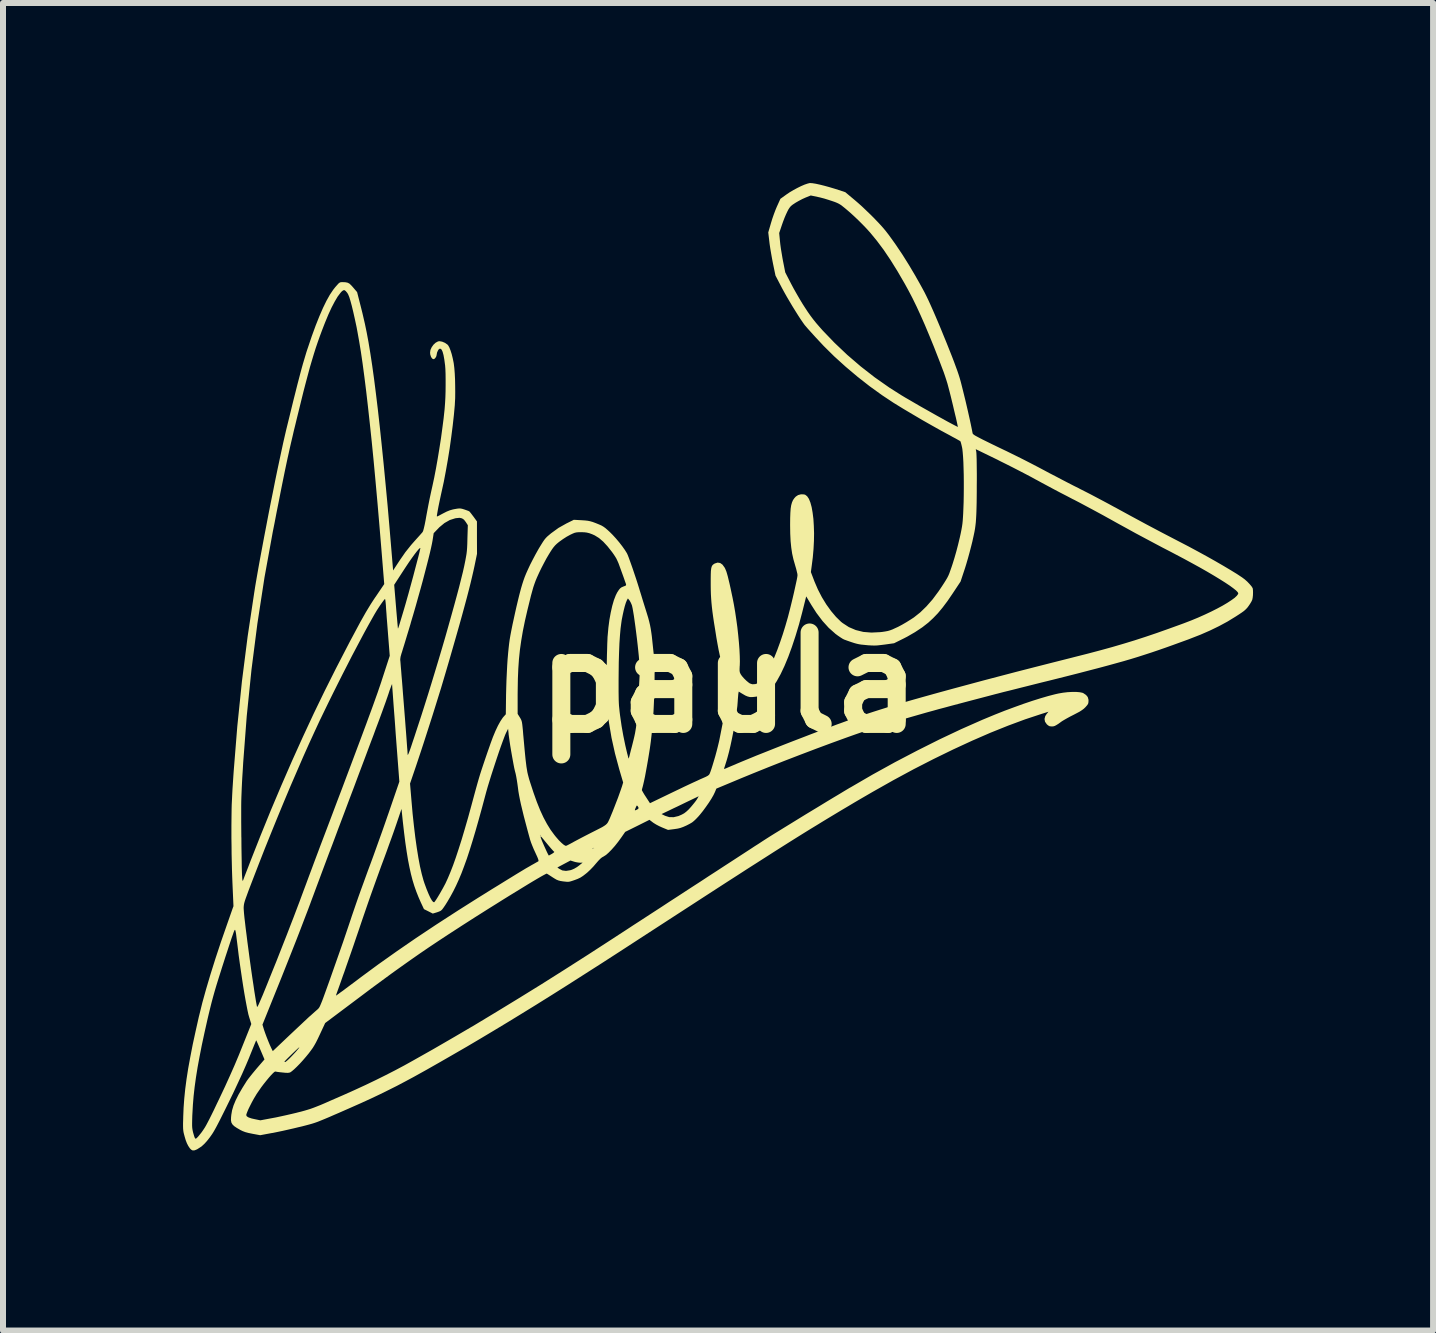
<source format=kicad_pcb>
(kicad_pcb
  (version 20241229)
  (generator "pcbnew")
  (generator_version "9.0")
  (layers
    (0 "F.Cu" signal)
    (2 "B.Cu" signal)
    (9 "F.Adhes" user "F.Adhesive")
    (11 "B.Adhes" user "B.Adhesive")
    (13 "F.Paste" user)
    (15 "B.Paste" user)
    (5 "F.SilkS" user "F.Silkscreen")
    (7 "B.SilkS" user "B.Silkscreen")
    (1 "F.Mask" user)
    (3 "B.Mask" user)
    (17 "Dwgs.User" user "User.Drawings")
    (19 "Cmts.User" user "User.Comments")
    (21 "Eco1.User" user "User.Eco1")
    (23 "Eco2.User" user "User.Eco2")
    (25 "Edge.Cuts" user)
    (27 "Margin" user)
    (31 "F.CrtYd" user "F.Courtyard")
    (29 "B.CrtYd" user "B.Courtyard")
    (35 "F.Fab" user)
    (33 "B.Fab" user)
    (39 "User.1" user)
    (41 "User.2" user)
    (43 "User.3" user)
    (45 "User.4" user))
  (footprint "paula"
    (layer "F.Cu")
    (at 9.097 8.323)
    (property "Reference" "paula" (at 0 0 0) (layer "F.SilkS") (effects (font (size 1.524 1.524) (thickness 0.3))))
    (attr board_only exclude_from_pos_files exclude_from_bom)
    (fp_poly (pts (xy 1.392 -8.32) (xy 1.448 -8.311) (xy 1.516 -8.296) (xy 1.592 -8.277) (xy 1.672 -8.255) (xy 1.752 -8.231) (xy 1.772 -8.225) (xy 1.937 -8.171) (xy 2.095 -8.039) (xy 2.152 -7.99) (xy 2.219 -7.93) (xy 2.289 -7.863) (xy 2.359 -7.796) (xy 2.423 -7.732) (xy 2.43 -7.724) (xy 2.488 -7.664) (xy 2.537 -7.611) (xy 2.579 -7.563) (xy 2.619 -7.514) (xy 2.66 -7.461) (xy 2.705 -7.399) (xy 2.758 -7.325) (xy 2.779 -7.295) (xy 2.888 -7.133) (xy 2.999 -6.956) (xy 3.108 -6.772) (xy 3.121 -6.748) (xy 3.173 -6.657) (xy 3.217 -6.577) (xy 3.256 -6.505) (xy 3.291 -6.435) (xy 3.326 -6.362) (xy 3.362 -6.283) (xy 3.402 -6.193) (xy 3.441 -6.103) (xy 3.484 -6.002) (xy 3.531 -5.89) (xy 3.579 -5.772) (xy 3.627 -5.655) (xy 3.671 -5.544) (xy 3.71 -5.446) (xy 3.714 -5.436) (xy 3.75 -5.342) (xy 3.779 -5.263) (xy 3.804 -5.195) (xy 3.825 -5.133) (xy 3.844 -5.073) (xy 3.862 -5.009) (xy 3.88 -4.938) (xy 3.901 -4.854) (xy 3.918 -4.785) (xy 3.94 -4.696) (xy 3.961 -4.606) (xy 3.981 -4.519) (xy 3.999 -4.439) (xy 4.014 -4.372) (xy 4.025 -4.32) (xy 4.027 -4.312) (xy 4.038 -4.258) (xy 4.048 -4.209) (xy 4.055 -4.172) (xy 4.06 -4.15) (xy 4.061 -4.148) (xy 4.066 -4.141) (xy 4.078 -4.131) (xy 4.098 -4.117) (xy 4.129 -4.1) (xy 4.17 -4.078) (xy 4.224 -4.05) (xy 4.291 -4.017) (xy 4.374 -3.976) (xy 4.473 -3.928) (xy 4.59 -3.872) (xy 4.624 -3.856) (xy 4.713 -3.812) (xy 4.815 -3.762) (xy 4.924 -3.707) (xy 5.035 -3.65) (xy 5.141 -3.595) (xy 5.237 -3.544) (xy 5.243 -3.541) (xy 5.336 -3.491) (xy 5.439 -3.438) (xy 5.545 -3.382) (xy 5.649 -3.328) (xy 5.746 -3.278) (xy 5.831 -3.236) (xy 5.839 -3.231) (xy 5.922 -3.189) (xy 6.018 -3.14) (xy 6.122 -3.085) (xy 6.228 -3.029) (xy 6.331 -2.974) (xy 6.424 -2.923) (xy 6.431 -2.92) (xy 6.691 -2.778) (xy 6.952 -2.637) (xy 7.207 -2.502) (xy 7.451 -2.375) (xy 7.501 -2.349) (xy 7.657 -2.268) (xy 7.811 -2.185) (xy 7.961 -2.103) (xy 8.103 -2.023) (xy 8.236 -1.946) (xy 8.357 -1.874) (xy 8.463 -1.809) (xy 8.549 -1.752) (xy 8.592 -1.72) (xy 8.635 -1.682) (xy 8.673 -1.642) (xy 8.705 -1.605) (xy 8.724 -1.575) (xy 8.727 -1.565) (xy 8.73 -1.54) (xy 8.731 -1.502) (xy 8.73 -1.458) (xy 8.73 -1.457) (xy 8.725 -1.412) (xy 8.718 -1.379) (xy 8.703 -1.347) (xy 8.68 -1.309) (xy 8.656 -1.274) (xy 8.634 -1.245) (xy 8.609 -1.219) (xy 8.58 -1.193) (xy 8.541 -1.165) (xy 8.49 -1.131) (xy 8.442 -1.1) (xy 8.305 -1.016) (xy 8.164 -0.94) (xy 8.016 -0.868) (xy 7.856 -0.798) (xy 7.679 -0.729) (xy 7.662 -0.722) (xy 7.524 -0.672) (xy 7.395 -0.625) (xy 7.272 -0.581) (xy 7.154 -0.54) (xy 7.039 -0.501) (xy 6.925 -0.464) (xy 6.81 -0.427) (xy 6.692 -0.391) (xy 6.569 -0.355) (xy 6.439 -0.319) (xy 6.301 -0.281) (xy 6.152 -0.241) (xy 5.99 -0.199) (xy 5.814 -0.153) (xy 5.621 -0.104) (xy 5.41 -0.051) (xy 5.334 -0.032) (xy 5.207 -0.001) (xy 5.084 0.03) (xy 4.965 0.06) (xy 4.853 0.088) (xy 4.751 0.114) (xy 4.659 0.137) (xy 4.581 0.156) (xy 4.519 0.172) (xy 4.474 0.184) (xy 4.457 0.188) (xy 4.275 0.236) (xy 4.111 0.279) (xy 3.963 0.318) (xy 3.831 0.353) (xy 3.71 0.385) (xy 3.6 0.415) (xy 3.497 0.442) (xy 3.401 0.469) (xy 3.309 0.494) (xy 3.218 0.52) (xy 3.127 0.546) (xy 3.033 0.573) (xy 2.943 0.599) (xy 2.785 0.645) (xy 2.642 0.687) (xy 2.509 0.729) (xy 2.381 0.77) (xy 2.25 0.814) (xy 2.113 0.861) (xy 1.964 0.914) (xy 1.711 1.006) (xy 1.45 1.103) (xy 1.184 1.204) (xy 0.919 1.306) (xy 0.661 1.408) (xy 0.413 1.508) (xy 0.181 1.603) (xy 0.177 1.605) (xy -0.211 1.767) (xy -0.235 1.825) (xy -0.259 1.875) (xy -0.294 1.936) (xy -0.337 2.003) (xy -0.386 2.073) (xy -0.436 2.141) (xy -0.485 2.202) (xy -0.511 2.232) (xy -0.552 2.275) (xy -0.585 2.306) (xy -0.615 2.33) (xy -0.65 2.351) (xy -0.694 2.374) (xy -0.706 2.38) (xy -0.762 2.405) (xy -0.809 2.422) (xy -0.854 2.433) (xy -0.907 2.441) (xy -0.914 2.442) (xy -1.016 2.455) (xy -1.113 2.415) (xy -1.164 2.392) (xy -1.215 2.365) (xy -1.257 2.339) (xy -1.268 2.331) (xy -1.326 2.287) (xy -1.528 2.388) (xy -1.73 2.488) (xy -1.794 2.58) (xy -1.847 2.653) (xy -1.901 2.721) (xy -1.955 2.782) (xy -2.005 2.833) (xy -2.049 2.872) (xy -2.085 2.895) (xy -2.088 2.897) (xy -2.117 2.913) (xy -2.145 2.936) (xy -2.178 2.97) (xy -2.218 3.016) (xy -2.26 3.065) (xy -2.31 3.117) (xy -2.359 3.163) (xy -2.383 3.183) (xy -2.432 3.221) (xy -2.475 3.249) (xy -2.521 3.271) (xy -2.571 3.29) (xy -2.618 3.306) (xy -2.652 3.316) (xy -2.679 3.32) (xy -2.708 3.319) (xy -2.745 3.315) (xy -2.764 3.313) (xy -2.809 3.306) (xy -2.843 3.297) (xy -2.875 3.284) (xy -2.911 3.263) (xy -2.944 3.242) (xy -2.982 3.217) (xy -3.013 3.197) (xy -3.033 3.185) (xy -3.038 3.183) (xy -3.052 3.189) (xy -3.083 3.205) (xy -3.13 3.231) (xy -3.19 3.266) (xy -3.263 3.309) (xy -3.346 3.359) (xy -3.439 3.416) (xy -3.54 3.478) (xy -3.648 3.544) (xy -3.761 3.614) (xy -3.877 3.687) (xy -3.996 3.761) (xy -4.116 3.837) (xy -4.235 3.912) (xy -4.352 3.987) (xy -4.466 4.06) (xy -4.49 4.076) (xy -4.668 4.191) (xy -4.835 4.301) (xy -4.994 4.407) (xy -5.148 4.512) (xy -5.3 4.618) (xy -5.454 4.727) (xy -5.612 4.84) (xy -5.778 4.962) (xy -5.955 5.092) (xy -6.125 5.22) (xy -6.729 5.673) (xy -6.818 5.864) (xy -6.853 5.938) (xy -6.882 5.996) (xy -6.909 6.044) (xy -6.936 6.088) (xy -6.967 6.131) (xy -7.004 6.18) (xy -7.05 6.236) (xy -7.1 6.294) (xy -7.151 6.35) (xy -7.201 6.401) (xy -7.246 6.444) (xy -7.284 6.476) (xy -7.309 6.494) (xy -7.327 6.5) (xy -7.352 6.503) (xy -7.388 6.502) (xy -7.44 6.497) (xy -7.44 6.497) (xy -7.487 6.492) (xy -7.526 6.487) (xy -7.553 6.482) (xy -7.56 6.481) (xy -7.573 6.486) (xy -7.597 6.507) (xy -7.629 6.54) (xy -7.667 6.583) (xy -7.709 6.634) (xy -7.753 6.689) (xy -7.796 6.746) (xy -7.836 6.804) (xy -7.873 6.858) (xy -7.882 6.874) (xy -7.917 6.932) (xy -7.95 6.992) (xy -7.981 7.053) (xy -8.008 7.108) (xy -8.028 7.156) (xy -8.041 7.191) (xy -8.044 7.208) (xy -8.034 7.228) (xy -8.005 7.246) (xy -7.955 7.263) (xy -7.901 7.275) (xy -7.809 7.294) (xy -7.622 7.259) (xy -7.552 7.246) (xy -7.468 7.228) (xy -7.377 7.208) (xy -7.286 7.187) (xy -7.202 7.167) (xy -7.2 7.166) (xy -7.131 7.149) (xy -7.073 7.133) (xy -7.022 7.118) (xy -6.974 7.103) (xy -6.924 7.085) (xy -6.87 7.064) (xy -6.807 7.039) (xy -6.732 7.007) (xy -6.651 6.971) (xy -6.435 6.877) (xy -6.236 6.788) (xy -6.052 6.703) (xy -5.881 6.621) (xy -5.718 6.54) (xy -5.562 6.46) (xy -5.41 6.379) (xy -5.275 6.304) (xy -4.931 6.11) (xy -4.584 5.909) (xy -4.231 5.702) (xy -3.873 5.486) (xy -3.506 5.262) (xy -3.129 5.029) (xy -2.741 4.784) (xy -2.34 4.528) (xy -1.925 4.259) (xy -1.844 4.206) (xy -1.773 4.16) (xy -1.69 4.106) (xy -1.596 4.044) (xy -1.492 3.977) (xy -1.38 3.904) (xy -1.26 3.826) (xy -1.135 3.745) (xy -1.006 3.66) (xy -0.873 3.574) (xy -0.738 3.486) (xy -0.603 3.398) (xy -0.468 3.311) (xy -0.336 3.224) (xy -0.206 3.14) (xy -0.082 3.059) (xy 0.037 2.982) (xy 0.149 2.909) (xy 0.252 2.842) (xy 0.346 2.781) (xy 0.428 2.727) (xy 0.499 2.682) (xy 0.555 2.645) (xy 0.597 2.618) (xy 0.622 2.602) (xy 0.628 2.598) (xy 0.683 2.563) (xy 0.755 2.518) (xy 0.84 2.466) (xy 0.937 2.406) (xy 1.043 2.341) (xy 1.155 2.272) (xy 1.272 2.2) (xy 1.391 2.128) (xy 1.51 2.056) (xy 1.626 1.985) (xy 1.737 1.918) (xy 1.841 1.856) (xy 1.935 1.799) (xy 2.017 1.75) (xy 2.022 1.748) (xy 2.392 1.533) (xy 2.765 1.327) (xy 3.138 1.132) (xy 3.507 0.947) (xy 3.869 0.776) (xy 4.222 0.62) (xy 4.275 0.598) (xy 4.432 0.533) (xy 4.591 0.47) (xy 4.75 0.411) (xy 4.905 0.355) (xy 5.053 0.305) (xy 5.193 0.261) (xy 5.32 0.224) (xy 5.432 0.195) (xy 5.49 0.182) (xy 5.565 0.169) (xy 5.642 0.16) (xy 5.717 0.156) (xy 5.786 0.156) (xy 5.844 0.161) (xy 5.888 0.17) (xy 5.903 0.176) (xy 5.949 0.207) (xy 5.977 0.241) (xy 5.989 0.283) (xy 5.99 0.303) (xy 5.988 0.333) (xy 5.982 0.356) (xy 5.966 0.379) (xy 5.939 0.41) (xy 5.913 0.435) (xy 5.881 0.459) (xy 5.841 0.485) (xy 5.788 0.513) (xy 5.742 0.537) (xy 5.685 0.566) (xy 5.63 0.596) (xy 5.581 0.624) (xy 5.545 0.646) (xy 5.537 0.652) (xy 5.49 0.686) (xy 5.455 0.708) (xy 5.429 0.722) (xy 5.407 0.729) (xy 5.384 0.731) (xy 5.376 0.731) (xy 5.343 0.728) (xy 5.317 0.714) (xy 5.295 0.695) (xy 5.265 0.652) (xy 5.257 0.606) (xy 5.269 0.559) (xy 5.291 0.525) (xy 5.323 0.486) (xy 5.202 0.524) (xy 4.933 0.613) (xy 4.65 0.718) (xy 4.356 0.836) (xy 4.05 0.969) (xy 3.734 1.115) (xy 3.41 1.273) (xy 3.078 1.443) (xy 2.741 1.625) (xy 2.399 1.818) (xy 2.199 1.934) (xy 2.088 1.999) (xy 1.981 2.063) (xy 1.876 2.125) (xy 1.773 2.187) (xy 1.67 2.249) (xy 1.566 2.312) (xy 1.462 2.376) (xy 1.355 2.441) (xy 1.245 2.509) (xy 1.131 2.58) (xy 1.013 2.654) (xy 0.888 2.733) (xy 0.757 2.816) (xy 0.618 2.905) (xy 0.471 2.999) (xy 0.314 3.099) (xy 0.147 3.207) (xy -0.032 3.322) (xy -0.222 3.445) (xy -0.426 3.577) (xy -0.643 3.718) (xy -0.876 3.869) (xy -1.124 4.03) (xy -1.389 4.202) (xy -1.506 4.278) (xy -1.823 4.484) (xy -2.125 4.679) (xy -2.413 4.863) (xy -2.687 5.038) (xy -2.95 5.204) (xy -3.203 5.362) (xy -3.448 5.513) (xy -3.685 5.658) (xy -3.917 5.798) (xy -4.146 5.935) (xy -4.371 6.068) (xy -4.596 6.198) (xy -4.822 6.328) (xy -5.049 6.457) (xy -5.112 6.492) (xy -5.256 6.572) (xy -5.396 6.647) (xy -5.534 6.72) (xy -5.674 6.79) (xy -5.818 6.861) (xy -5.97 6.933) (xy -6.132 7.007) (xy -6.308 7.085) (xy -6.499 7.169) (xy -6.576 7.202) (xy -6.665 7.241) (xy -6.739 7.272) (xy -6.8 7.297) (xy -6.852 7.318) (xy -6.9 7.335) (xy -6.947 7.35) (xy -6.997 7.364) (xy -7.053 7.379) (xy -7.119 7.396) (xy -7.167 7.407) (xy -7.254 7.428) (xy -7.346 7.449) (xy -7.439 7.47) (xy -7.525 7.488) (xy -7.598 7.503) (xy -7.624 7.507) (xy -7.812 7.542) (xy -7.941 7.518) (xy -8.009 7.504) (xy -8.061 7.49) (xy -8.105 7.473) (xy -8.14 7.456) (xy -8.202 7.42) (xy -8.246 7.39) (xy -8.275 7.361) (xy -8.292 7.33) (xy -8.299 7.291) (xy -8.297 7.242) (xy -8.293 7.202) (xy -8.28 7.127) (xy -8.256 7.047) (xy -8.22 6.96) (xy -8.172 6.864) (xy -8.11 6.757) (xy -8.035 6.637) (xy -8.032 6.633) (xy -8.011 6.604) (xy -7.979 6.563) (xy -7.94 6.514) (xy -7.897 6.462) (xy -7.866 6.425) (xy -7.771 6.315) (xy -7.407 6.315) (xy -7.402 6.322) (xy -7.396 6.323) (xy -7.383 6.316) (xy -7.359 6.296) (xy -7.328 6.267) (xy -7.301 6.24) (xy -7.261 6.198) (xy -7.22 6.154) (xy -7.186 6.114) (xy -7.172 6.097) (xy -7.16 6.081) (xy -7.161 6.078) (xy -7.176 6.089) (xy -7.204 6.115) (xy -7.247 6.156) (xy -7.265 6.173) (xy -7.309 6.216) (xy -7.349 6.255) (xy -7.38 6.286) (xy -7.4 6.307) (xy -7.407 6.315) (xy -7.771 6.315) (xy -7.74 6.279) (xy -7.808 6.119) (xy -7.831 6.065) (xy -7.851 6.019) (xy -7.866 5.985) (xy -7.876 5.964) (xy -7.878 5.961) (xy -7.883 5.971) (xy -7.894 5.998) (xy -7.912 6.041) (xy -7.934 6.096) (xy -7.96 6.16) (xy -7.989 6.232) (xy -7.995 6.248) (xy -8.047 6.371) (xy -8.109 6.512) (xy -8.181 6.668) (xy -8.261 6.839) (xy -8.34 7.001) (xy -8.395 7.113) (xy -8.442 7.207) (xy -8.482 7.287) (xy -8.516 7.353) (xy -8.545 7.408) (xy -8.57 7.453) (xy -8.592 7.491) (xy -8.613 7.524) (xy -8.634 7.554) (xy -8.652 7.579) (xy -8.699 7.639) (xy -8.74 7.684) (xy -8.78 7.721) (xy -8.81 7.743) (xy -8.863 7.777) (xy -8.904 7.794) (xy -8.936 7.796) (xy -8.963 7.782) (xy -8.983 7.761) (xy -9.01 7.721) (xy -9.032 7.678) (xy -9.052 7.627) (xy -9.072 7.56) (xy -9.073 7.555) (xy -9.082 7.522) (xy -9.089 7.492) (xy -9.093 7.464) (xy -9.096 7.432) (xy -9.097 7.393) (xy -9.097 7.343) (xy -8.946 7.343) (xy -8.946 7.385) (xy -8.944 7.419) (xy -8.94 7.448) (xy -8.934 7.478) (xy -8.926 7.511) (xy -8.925 7.512) (xy -8.912 7.558) (xy -8.901 7.586) (xy -8.891 7.599) (xy -8.884 7.6) (xy -8.871 7.591) (xy -8.848 7.568) (xy -8.82 7.534) (xy -8.789 7.495) (xy -8.77 7.468) (xy -8.751 7.44) (xy -8.731 7.409) (xy -8.71 7.372) (xy -8.686 7.327) (xy -8.658 7.273) (xy -8.625 7.207) (xy -8.586 7.128) (xy -8.541 7.033) (xy -8.492 6.931) (xy -8.399 6.734) (xy -8.316 6.551) (xy -8.239 6.377) (xy -8.167 6.206) (xy -8.116 6.079) (xy -7.964 5.7) (xy -7.774 5.7) (xy -7.747 5.788) (xy -7.729 5.84) (xy -7.706 5.902) (xy -7.68 5.968) (xy -7.654 6.031) (xy -7.63 6.084) (xy -7.617 6.111) (xy -7.602 6.141) (xy -7.326 5.879) (xy -7.258 5.815) (xy -7.192 5.753) (xy -7.13 5.695) (xy -7.075 5.643) (xy -7.029 5.6) (xy -6.995 5.568) (xy -6.978 5.554) (xy -6.939 5.519) (xy -6.9 5.484) (xy -6.869 5.457) (xy -6.863 5.452) (xy -6.849 5.439) (xy -6.836 5.425) (xy -6.824 5.407) (xy -6.812 5.382) (xy -6.797 5.347) (xy -6.778 5.3) (xy -6.755 5.238) (xy -6.746 5.213) (xy -6.549 5.213) (xy -6.548 5.214) (xy -6.544 5.213) (xy -6.536 5.208) (xy -6.523 5.199) (xy -6.502 5.184) (xy -6.473 5.162) (xy -6.433 5.134) (xy -6.383 5.096) (xy -6.32 5.049) (xy -6.242 4.991) (xy -6.149 4.921) (xy -6.135 4.91) (xy -5.843 4.695) (xy -5.538 4.479) (xy -5.22 4.26) (xy -4.885 4.037) (xy -4.613 3.861) (xy -4.514 3.797) (xy -4.408 3.73) (xy -4.296 3.659) (xy -4.182 3.587) (xy -4.066 3.515) (xy -3.951 3.443) (xy -3.838 3.374) (xy -3.73 3.307) (xy -3.629 3.245) (xy -3.535 3.187) (xy -3.452 3.137) (xy -3.381 3.094) (xy -3.358 3.081) (xy -2.86 3.081) (xy -2.831 3.102) (xy -2.778 3.13) (xy -2.716 3.138) (xy -2.646 3.127) (xy -2.62 3.119) (xy -2.579 3.101) (xy -2.533 3.074) (xy -2.499 3.049) (xy -2.439 3) (xy -2.48 3.002) (xy -2.514 2.999) (xy -2.557 2.991) (xy -2.582 2.984) (xy -2.642 2.965) (xy -2.751 3.023) (xy -2.86 3.081) (xy -3.358 3.081) (xy -3.323 3.061) (xy -3.282 3.037) (xy -3.274 3.033) (xy -3.235 3.011) (xy -3.202 2.992) (xy -3.18 2.98) (xy -3.176 2.977) (xy -3.174 2.966) (xy -3.18 2.942) (xy -3.195 2.904) (xy -3.22 2.85) (xy -3.228 2.832) (xy -3.254 2.776) (xy -3.278 2.718) (xy -3.298 2.667) (xy -3.311 2.628) (xy -3.312 2.626) (xy -3.328 2.568) (xy -3.139 2.568) (xy -3.138 2.578) (xy -3.136 2.586) (xy -3.129 2.605) (xy -3.117 2.637) (xy -3.099 2.679) (xy -3.079 2.725) (xy -3.058 2.771) (xy -3.038 2.815) (xy -3.021 2.85) (xy -3.008 2.874) (xy -3.003 2.882) (xy -2.992 2.877) (xy -2.969 2.864) (xy -2.949 2.853) (xy -2.924 2.836) (xy -2.912 2.824) (xy -2.912 2.82) (xy -2.923 2.811) (xy -2.945 2.787) (xy -2.961 2.769) (xy -2.28 2.769) (xy -2.274 2.774) (xy -2.269 2.769) (xy -2.274 2.764) (xy -2.28 2.769) (xy -2.961 2.769) (xy -2.971 2.758) (xy -2.258 2.758) (xy -2.253 2.764) (xy -2.248 2.758) (xy -2.253 2.753) (xy -2.258 2.758) (xy -2.971 2.758) (xy -2.974 2.754) (xy -3.009 2.713) (xy -3.023 2.696) (xy -3.067 2.643) (xy -3.098 2.605) (xy -3.119 2.58) (xy -3.132 2.567) (xy -3.138 2.563) (xy -3.139 2.568) (xy -3.328 2.568) (xy -3.335 2.543) (xy -3.151 2.543) (xy -3.145 2.549) (xy -3.14 2.543) (xy -3.145 2.538) (xy -3.151 2.543) (xy -3.335 2.543) (xy -3.354 2.473) (xy -3.39 2.338) (xy -3.421 2.22) (xy -3.446 2.116) (xy -3.468 2.025) (xy -3.485 1.945) (xy -3.499 1.873) (xy -3.51 1.808) (xy -3.517 1.752) (xy -3.526 1.686) (xy -3.536 1.621) (xy -3.546 1.564) (xy -3.555 1.52) (xy -3.56 1.501) (xy -3.568 1.47) (xy -3.579 1.422) (xy -3.591 1.36) (xy -3.604 1.289) (xy -3.618 1.211) (xy -3.632 1.131) (xy -3.645 1.053) (xy -3.656 0.979) (xy -3.665 0.915) (xy -3.672 0.864) (xy -3.673 0.85) (xy -3.681 0.77) (xy -3.713 0.834) (xy -3.729 0.869) (xy -3.749 0.921) (xy -3.774 0.988) (xy -3.803 1.068) (xy -3.834 1.157) (xy -3.866 1.252) (xy -3.899 1.352) (xy -3.932 1.453) (xy -3.964 1.552) (xy -3.993 1.646) (xy -4.02 1.734) (xy -4.042 1.811) (xy -4.055 1.859) (xy -4.115 2.083) (xy -4.171 2.286) (xy -4.224 2.472) (xy -4.274 2.64) (xy -4.322 2.794) (xy -4.368 2.934) (xy -4.414 3.061) (xy -4.458 3.178) (xy -4.503 3.285) (xy -4.548 3.384) (xy -4.594 3.477) (xy -4.642 3.565) (xy -4.691 3.649) (xy -4.726 3.705) (xy -4.756 3.749) (xy -4.779 3.78) (xy -4.8 3.8) (xy -4.825 3.813) (xy -4.857 3.825) (xy -4.879 3.832) (xy -4.936 3.849) (xy -5.009 3.812) (xy -5.083 3.775) (xy -5.135 3.664) (xy -5.174 3.575) (xy -5.21 3.484) (xy -5.243 3.391) (xy -5.273 3.293) (xy -5.3 3.189) (xy -5.325 3.076) (xy -5.349 2.953) (xy -5.371 2.818) (xy -5.393 2.668) (xy -5.414 2.501) (xy -5.435 2.317) (xy -5.449 2.184) (xy -5.457 2.105) (xy -5.542 2.356) (xy -5.565 2.423) (xy -5.594 2.506) (xy -5.628 2.601) (xy -5.666 2.705) (xy -5.705 2.814) (xy -5.745 2.923) (xy -5.785 3.03) (xy -5.794 3.054) (xy -5.833 3.162) (xy -5.878 3.286) (xy -5.926 3.42) (xy -5.976 3.56) (xy -6.025 3.701) (xy -6.072 3.838) (xy -6.116 3.966) (xy -6.135 4.022) (xy -6.174 4.138) (xy -6.216 4.26) (xy -6.258 4.384) (xy -6.3 4.506) (xy -6.341 4.623) (xy -6.378 4.729) (xy -6.41 4.822) (xy -6.43 4.876) (xy -6.458 4.956) (xy -6.484 5.03) (xy -6.507 5.094) (xy -6.526 5.147) (xy -6.54 5.186) (xy -6.547 5.208) (xy -6.549 5.213) (xy -6.746 5.213) (xy -6.731 5.172) (xy -6.655 4.961) (xy -6.579 4.745) (xy -6.504 4.532) (xy -6.431 4.324) (xy -6.364 4.126) (xy -6.302 3.942) (xy -6.286 3.893) (xy -6.254 3.8) (xy -6.217 3.692) (xy -6.176 3.574) (xy -6.132 3.451) (xy -6.087 3.328) (xy -6.044 3.209) (xy -6.009 3.113) (xy -5.97 3.009) (xy -5.926 2.889) (xy -5.879 2.758) (xy -5.83 2.621) (xy -5.78 2.482) (xy -5.733 2.348) (xy -5.689 2.221) (xy -5.67 2.167) (xy -5.493 1.651) (xy -5.554 0.85) (xy -5.563 0.72) (xy -5.572 0.596) (xy -5.581 0.48) (xy -5.589 0.374) (xy -5.596 0.278) (xy -5.602 0.195) (xy -5.607 0.127) (xy -5.611 0.075) (xy -5.613 0.041) (xy -5.614 0.027) (xy -5.614 0.027) (xy -5.617 0.03) (xy -5.626 0.051) (xy -5.639 0.087) (xy -5.657 0.135) (xy -5.676 0.194) (xy -5.682 0.21) (xy -5.691 0.238) (xy -5.702 0.268) (xy -5.713 0.301) (xy -5.726 0.338) (xy -5.741 0.379) (xy -5.758 0.426) (xy -5.777 0.479) (xy -5.799 0.539) (xy -5.824 0.607) (xy -5.853 0.685) (xy -5.886 0.772) (xy -5.922 0.871) (xy -5.964 0.981) (xy -6.01 1.104) (xy -6.061 1.241) (xy -6.118 1.392) (xy -6.181 1.559) (xy -6.249 1.742) (xy -6.325 1.942) (xy -6.407 2.161) (xy -6.497 2.399) (xy -6.503 2.414) (xy -6.555 2.554) (xy -6.61 2.701) (xy -6.667 2.85) (xy -6.723 3) (xy -6.778 3.147) (xy -6.83 3.287) (xy -6.879 3.418) (xy -6.923 3.537) (xy -6.962 3.641) (xy -6.979 3.688) (xy -7.015 3.784) (xy -7.058 3.896) (xy -7.106 4.021) (xy -7.158 4.157) (xy -7.214 4.301) (xy -7.272 4.448) (xy -7.331 4.597) (xy -7.389 4.743) (xy -7.445 4.884) (xy -7.467 4.939) (xy -7.774 5.7) (xy -7.964 5.7) (xy -7.96 5.689) (xy -7.996 5.573) (xy -8.009 5.527) (xy -8.023 5.462) (xy -8.039 5.38) (xy -8.057 5.284) (xy -8.076 5.176) (xy -8.095 5.059) (xy -8.114 4.935) (xy -8.133 4.806) (xy -8.152 4.675) (xy -8.17 4.544) (xy -8.183 4.436) (xy -8.195 4.338) (xy -8.205 4.26) (xy -8.212 4.2) (xy -8.219 4.158) (xy -8.225 4.132) (xy -8.23 4.12) (xy -8.237 4.122) (xy -8.244 4.136) (xy -8.254 4.16) (xy -8.265 4.193) (xy -8.277 4.226) (xy -8.291 4.266) (xy -8.31 4.324) (xy -8.334 4.396) (xy -8.361 4.479) (xy -8.391 4.57) (xy -8.422 4.667) (xy -8.454 4.766) (xy -8.463 4.796) (xy -8.504 4.925) (xy -8.539 5.038) (xy -8.569 5.139) (xy -8.596 5.235) (xy -8.621 5.328) (xy -8.645 5.424) (xy -8.67 5.527) (xy -8.688 5.603) (xy -8.739 5.83) (xy -8.784 6.039) (xy -8.822 6.233) (xy -8.855 6.412) (xy -8.882 6.58) (xy -8.904 6.739) (xy -8.921 6.89) (xy -8.933 7.036) (xy -8.941 7.18) (xy -8.943 7.215) (xy -8.945 7.287) (xy -8.946 7.343) (xy -9.097 7.343) (xy -9.097 7.342) (xy -9.095 7.276) (xy -9.094 7.232) (xy -9.088 7.085) (xy -9.077 6.934) (xy -9.061 6.775) (xy -9.039 6.607) (xy -9.011 6.428) (xy -8.976 6.237) (xy -8.936 6.031) (xy -8.888 5.81) (xy -8.834 5.569) (xy -8.828 5.546) (xy -8.776 5.335) (xy -8.713 5.108) (xy -8.64 4.862) (xy -8.557 4.598) (xy -8.464 4.317) (xy -8.369 4.044) (xy -8.27 3.761) (xy -8.087 3.761) (xy -8.085 3.795) (xy -8.081 3.848) (xy -8.074 3.918) (xy -8.064 4.002) (xy -8.053 4.098) (xy -8.039 4.205) (xy -8.025 4.319) (xy -8.009 4.438) (xy -7.993 4.56) (xy -7.976 4.683) (xy -7.959 4.805) (xy -7.942 4.923) (xy -7.925 5.034) (xy -7.91 5.138) (xy -7.895 5.231) (xy -7.882 5.311) (xy -7.87 5.375) (xy -7.865 5.402) (xy -7.862 5.405) (xy -7.857 5.399) (xy -7.848 5.384) (xy -7.835 5.358) (xy -7.818 5.319) (xy -7.796 5.268) (xy -7.768 5.203) (xy -7.735 5.122) (xy -7.695 5.024) (xy -7.649 4.909) (xy -7.596 4.778) (xy -7.542 4.645) (xy -7.486 4.502) (xy -7.427 4.352) (xy -7.367 4.2) (xy -7.309 4.049) (xy -7.253 3.905) (xy -7.202 3.77) (xy -7.156 3.649) (xy -7.135 3.592) (xy -7.092 3.476) (xy -7.047 3.356) (xy -7.002 3.234) (xy -6.957 3.114) (xy -6.915 3.001) (xy -6.876 2.897) (xy -6.842 2.807) (xy -6.818 2.742) (xy -6.715 2.471) (xy -6.62 2.22) (xy -6.532 1.986) (xy -6.45 1.771) (xy -6.375 1.571) (xy -6.306 1.388) (xy -6.243 1.22) (xy -6.185 1.065) (xy -6.132 0.924) (xy -6.084 0.795) (xy -6.04 0.677) (xy -6.001 0.57) (xy -5.965 0.473) (xy -5.933 0.385) (xy -5.904 0.304) (xy -5.878 0.231) (xy -5.854 0.164) (xy -5.833 0.102) (xy -5.813 0.044) (xy -5.795 -0.009) (xy -5.779 -0.06) (xy -5.777 -0.065) (xy -5.671 -0.391) (xy -5.478 -0.391) (xy -5.478 -0.374) (xy -5.476 -0.358) (xy -5.473 -0.322) (xy -5.469 -0.269) (xy -5.463 -0.201) (xy -5.457 -0.121) (xy -5.449 -0.029) (xy -5.441 0.071) (xy -5.433 0.178) (xy -5.424 0.29) (xy -5.415 0.403) (xy -5.406 0.517) (xy -5.397 0.629) (xy -5.389 0.737) (xy -5.381 0.838) (xy -5.374 0.932) (xy -5.368 1.014) (xy -5.363 1.085) (xy -5.358 1.14) (xy -5.356 1.179) (xy -5.355 1.199) (xy -5.354 1.2) (xy -5.353 1.206) (xy -5.349 1.202) (xy -5.341 1.186) (xy -5.33 1.159) (xy -5.315 1.119) (xy -5.296 1.064) (xy -5.273 0.994) (xy -5.244 0.908) (xy -5.21 0.804) (xy -5.17 0.682) (xy -5.128 0.554) (xy -5.072 0.378) (xy -5.014 0.194) (xy -4.956 0.006) (xy -4.898 -0.185) (xy -4.84 -0.377) (xy -4.783 -0.569) (xy -4.728 -0.757) (xy -4.676 -0.941) (xy -4.626 -1.119) (xy -4.579 -1.288) (xy -4.536 -1.446) (xy -4.497 -1.592) (xy -4.464 -1.724) (xy -4.435 -1.84) (xy -4.413 -1.938) (xy -4.409 -1.957) (xy -4.394 -2.031) (xy -4.383 -2.091) (xy -4.374 -2.143) (xy -4.368 -2.193) (xy -4.364 -2.247) (xy -4.361 -2.311) (xy -4.359 -2.39) (xy -4.359 -2.394) (xy -4.352 -2.622) (xy -4.386 -2.675) (xy -4.416 -2.714) (xy -4.449 -2.736) (xy -4.489 -2.745) (xy -4.542 -2.74) (xy -4.562 -2.737) (xy -4.653 -2.708) (xy -4.741 -2.658) (xy -4.826 -2.588) (xy -4.845 -2.568) (xy -4.921 -2.489) (xy -4.94 -2.366) (xy -4.95 -2.313) (xy -4.965 -2.243) (xy -4.985 -2.156) (xy -5.01 -2.055) (xy -5.039 -1.942) (xy -5.071 -1.819) (xy -5.105 -1.689) (xy -5.142 -1.554) (xy -5.181 -1.416) (xy -5.22 -1.276) (xy -5.26 -1.138) (xy -5.3 -1.004) (xy -5.307 -0.977) (xy -5.336 -0.881) (xy -5.364 -0.789) (xy -5.39 -0.703) (xy -5.413 -0.627) (xy -5.433 -0.563) (xy -5.448 -0.513) (xy -5.459 -0.48) (xy -5.462 -0.469) (xy -5.473 -0.429) (xy -5.478 -0.391) (xy -5.671 -0.391) (xy -5.653 -0.446) (xy -5.682 -0.812) (xy -5.689 -0.904) (xy -5.696 -0.994) (xy -5.703 -1.079) (xy -5.708 -1.154) (xy -5.713 -1.217) (xy -5.716 -1.264) (xy -5.717 -1.283) (xy -5.721 -1.328) (xy -5.725 -1.364) (xy -5.729 -1.387) (xy -5.732 -1.393) (xy -5.74 -1.386) (xy -5.758 -1.364) (xy -5.783 -1.33) (xy -5.813 -1.287) (xy -5.831 -1.26) (xy -5.865 -1.208) (xy -5.907 -1.138) (xy -5.956 -1.051) (xy -6.012 -0.951) (xy -6.074 -0.838) (xy -6.14 -0.714) (xy -6.211 -0.58) (xy -6.285 -0.44) (xy -6.36 -0.293) (xy -6.437 -0.143) (xy -6.514 0.01) (xy -6.591 0.164) (xy -6.666 0.316) (xy -6.739 0.466) (xy -6.809 0.611) (xy -6.813 0.618) (xy -6.902 0.81) (xy -6.998 1.019) (xy -7.098 1.243) (xy -7.201 1.481) (xy -7.308 1.728) (xy -7.415 1.983) (xy -7.523 2.244) (xy -7.63 2.507) (xy -7.736 2.77) (xy -7.838 3.031) (xy -7.908 3.212) (xy -7.95 3.321) (xy -7.985 3.412) (xy -8.013 3.486) (xy -8.035 3.547) (xy -8.053 3.596) (xy -8.066 3.634) (xy -8.075 3.665) (xy -8.081 3.69) (xy -8.084 3.711) (xy -8.086 3.73) (xy -8.087 3.749) (xy -8.087 3.761) (xy -8.27 3.761) (xy -8.257 3.726) (xy -8.274 3.339) (xy -8.278 3.236) (xy -8.282 3.117) (xy -8.285 2.988) (xy -8.288 2.854) (xy -8.289 2.72) (xy -8.291 2.592) (xy -8.291 2.489) (xy -8.291 2.379) (xy -8.29 2.281) (xy -8.289 2.194) (xy -8.288 2.131) (xy -8.128 2.131) (xy -8.128 2.219) (xy -8.128 2.319) (xy -8.127 2.434) (xy -8.126 2.567) (xy -8.125 2.586) (xy -8.124 2.735) (xy -8.122 2.864) (xy -8.12 2.973) (xy -8.119 3.065) (xy -8.117 3.139) (xy -8.115 3.198) (xy -8.112 3.243) (xy -8.11 3.275) (xy -8.107 3.294) (xy -8.104 3.303) (xy -8.1 3.302) (xy -8.097 3.296) (xy -8.091 3.281) (xy -8.079 3.248) (xy -8.061 3.201) (xy -8.038 3.142) (xy -8.011 3.073) (xy -7.982 2.997) (xy -7.971 2.968) (xy -7.806 2.55) (xy -7.636 2.132) (xy -7.46 1.716) (xy -7.282 1.307) (xy -7.101 0.906) (xy -6.92 0.517) (xy -6.739 0.143) (xy -6.561 -0.212) (xy -6.549 -0.236) (xy -6.462 -0.404) (xy -6.384 -0.555) (xy -6.314 -0.69) (xy -6.25 -0.809) (xy -6.193 -0.916) (xy -6.142 -1.011) (xy -6.094 -1.096) (xy -6.051 -1.172) (xy -6.01 -1.24) (xy -5.971 -1.304) (xy -5.933 -1.363) (xy -5.896 -1.419) (xy -5.889 -1.428) (xy -5.753 -1.629) (xy -5.579 -1.629) (xy -5.549 -1.269) (xy -5.542 -1.183) (xy -5.535 -1.104) (xy -5.529 -1.035) (xy -5.524 -0.978) (xy -5.52 -0.935) (xy -5.518 -0.91) (xy -5.517 -0.903) (xy -5.516 -0.901) (xy -5.514 -0.903) (xy -5.511 -0.909) (xy -5.506 -0.924) (xy -5.498 -0.948) (xy -5.487 -0.984) (xy -5.472 -1.034) (xy -5.452 -1.1) (xy -5.427 -1.183) (xy -5.409 -1.244) (xy -5.388 -1.316) (xy -5.365 -1.398) (xy -5.34 -1.486) (xy -5.315 -1.578) (xy -5.289 -1.673) (xy -5.263 -1.768) (xy -5.239 -1.86) (xy -5.216 -1.947) (xy -5.195 -2.027) (xy -5.176 -2.098) (xy -5.161 -2.158) (xy -5.151 -2.203) (xy -5.144 -2.232) (xy -5.143 -2.243) (xy -5.153 -2.239) (xy -5.174 -2.219) (xy -5.203 -2.184) (xy -5.24 -2.136) (xy -5.282 -2.078) (xy -5.33 -2.01) (xy -5.38 -1.935) (xy -5.422 -1.871) (xy -5.579 -1.629) (xy -5.753 -1.629) (xy -5.745 -1.641) (xy -5.754 -1.753) (xy -5.789 -2.183) (xy -5.823 -2.592) (xy -5.856 -2.979) (xy -5.889 -3.345) (xy -5.921 -3.69) (xy -5.953 -4.013) (xy -5.985 -4.315) (xy -6.016 -4.597) (xy -6.046 -4.857) (xy -6.076 -5.096) (xy -6.105 -5.314) (xy -6.134 -5.512) (xy -6.163 -5.688) (xy -6.191 -5.844) (xy -6.205 -5.92) (xy -6.235 -6.06) (xy -6.262 -6.18) (xy -6.286 -6.279) (xy -6.308 -6.36) (xy -6.327 -6.422) (xy -6.345 -6.466) (xy -6.36 -6.492) (xy -6.387 -6.524) (xy -6.408 -6.539) (xy -6.43 -6.535) (xy -6.456 -6.514) (xy -6.476 -6.491) (xy -6.521 -6.431) (xy -6.569 -6.35) (xy -6.621 -6.251) (xy -6.675 -6.134) (xy -6.73 -6.001) (xy -6.745 -5.963) (xy -6.784 -5.862) (xy -6.82 -5.765) (xy -6.854 -5.669) (xy -6.887 -5.572) (xy -6.918 -5.473) (xy -6.95 -5.367) (xy -6.983 -5.255) (xy -7.016 -5.132) (xy -7.052 -4.997) (xy -7.091 -4.847) (xy -7.132 -4.681) (xy -7.171 -4.522) (xy -7.2 -4.405) (xy -7.226 -4.297) (xy -7.251 -4.196) (xy -7.273 -4.1) (xy -7.295 -4.007) (xy -7.316 -3.916) (xy -7.336 -3.825) (xy -7.357 -3.731) (xy -7.378 -3.632) (xy -7.4 -3.528) (xy -7.423 -3.415) (xy -7.448 -3.292) (xy -7.475 -3.157) (xy -7.504 -3.008) (xy -7.537 -2.844) (xy -7.572 -2.661) (xy -7.602 -2.511) (xy -7.74 -1.752) (xy -7.858 -0.985) (xy -7.957 -0.213) (xy -8.036 0.561) (xy -8.095 1.335) (xy -8.103 1.473) (xy -8.11 1.58) (xy -8.115 1.673) (xy -8.119 1.757) (xy -8.122 1.833) (xy -8.125 1.906) (xy -8.127 1.977) (xy -8.128 2.051) (xy -8.128 2.131) (xy -8.288 2.131) (xy -8.288 2.112) (xy -8.286 2.033) (xy -8.282 1.953) (xy -8.278 1.867) (xy -8.273 1.774) (xy -8.266 1.668) (xy -8.258 1.546) (xy -8.253 1.475) (xy -8.193 0.729) (xy -8.116 -0.02) (xy -8.021 -0.767) (xy -7.91 -1.505) (xy -7.893 -1.613) (xy -7.869 -1.753) (xy -7.842 -1.907) (xy -7.812 -2.073) (xy -7.779 -2.249) (xy -7.745 -2.431) (xy -7.709 -2.618) (xy -7.673 -2.807) (xy -7.636 -2.995) (xy -7.598 -3.182) (xy -7.562 -3.364) (xy -7.526 -3.538) (xy -7.491 -3.703) (xy -7.458 -3.857) (xy -7.428 -3.996) (xy -7.4 -4.118) (xy -7.376 -4.221) (xy -7.331 -4.404) (xy -7.291 -4.568) (xy -7.255 -4.715) (xy -7.222 -4.845) (xy -7.193 -4.961) (xy -7.166 -5.064) (xy -7.142 -5.156) (xy -7.12 -5.238) (xy -7.099 -5.313) (xy -7.079 -5.38) (xy -7.06 -5.444) (xy -7.042 -5.504) (xy -7.023 -5.562) (xy -7.02 -5.57) (xy -6.953 -5.769) (xy -6.888 -5.947) (xy -6.825 -6.105) (xy -6.765 -6.243) (xy -6.707 -6.362) (xy -6.651 -6.462) (xy -6.596 -6.544) (xy -6.559 -6.591) (xy -6.526 -6.628) (xy -6.504 -6.652) (xy -6.486 -6.665) (xy -6.469 -6.671) (xy -6.448 -6.672) (xy -6.435 -6.672) (xy -6.389 -6.67) (xy -6.353 -6.662) (xy -6.323 -6.646) (xy -6.293 -6.617) (xy -6.261 -6.581) (xy -6.197 -6.506) (xy -6.147 -6.31) (xy -6.128 -6.235) (xy -6.108 -6.155) (xy -6.09 -6.077) (xy -6.074 -6.008) (xy -6.066 -5.973) (xy -6.037 -5.833) (xy -6.007 -5.672) (xy -5.977 -5.49) (xy -5.946 -5.287) (xy -5.915 -5.064) (xy -5.884 -4.82) (xy -5.852 -4.556) (xy -5.82 -4.272) (xy -5.788 -3.968) (xy -5.755 -3.645) (xy -5.722 -3.302) (xy -5.688 -2.941) (xy -5.655 -2.56) (xy -5.627 -2.227) (xy -5.597 -1.868) (xy -5.485 -2.039) (xy -5.393 -2.172) (xy -5.298 -2.291) (xy -5.249 -2.347) (xy -5.207 -2.394) (xy -5.168 -2.437) (xy -5.136 -2.473) (xy -5.114 -2.498) (xy -5.105 -2.509) (xy -5.096 -2.529) (xy -5.085 -2.569) (xy -5.071 -2.629) (xy -5.055 -2.711) (xy -5.044 -2.774) (xy -5.028 -2.86) (xy -5.009 -2.96) (xy -4.988 -3.065) (xy -4.966 -3.168) (xy -4.945 -3.262) (xy -4.941 -3.28) (xy -4.912 -3.415) (xy -4.883 -3.566) (xy -4.854 -3.73) (xy -4.826 -3.9) (xy -4.799 -4.073) (xy -4.776 -4.243) (xy -4.755 -4.405) (xy -4.739 -4.555) (xy -4.737 -4.581) (xy -4.731 -4.661) (xy -4.726 -4.752) (xy -4.723 -4.851) (xy -4.722 -4.953) (xy -4.722 -5.052) (xy -4.723 -5.144) (xy -4.726 -5.225) (xy -4.731 -5.289) (xy -4.732 -5.294) (xy -4.744 -5.384) (xy -4.757 -5.456) (xy -4.772 -5.511) (xy -4.788 -5.546) (xy -4.804 -5.561) (xy -4.821 -5.563) (xy -4.836 -5.553) (xy -4.849 -5.534) (xy -4.864 -5.501) (xy -4.871 -5.467) (xy -4.871 -5.464) (xy -4.877 -5.437) (xy -4.892 -5.41) (xy -4.911 -5.392) (xy -4.922 -5.388) (xy -4.946 -5.398) (xy -4.965 -5.426) (xy -4.978 -5.466) (xy -4.981 -5.498) (xy -4.975 -5.542) (xy -4.954 -5.588) (xy -4.924 -5.63) (xy -4.888 -5.663) (xy -4.849 -5.684) (xy -4.824 -5.688) (xy -4.779 -5.68) (xy -4.732 -5.66) (xy -4.692 -5.632) (xy -4.68 -5.619) (xy -4.661 -5.586) (xy -4.641 -5.536) (xy -4.621 -5.474) (xy -4.604 -5.405) (xy -4.589 -5.332) (xy -4.586 -5.314) (xy -4.577 -5.241) (xy -4.57 -5.153) (xy -4.565 -5.053) (xy -4.563 -4.947) (xy -4.562 -4.841) (xy -4.563 -4.739) (xy -4.568 -4.647) (xy -4.569 -4.624) (xy -4.584 -4.46) (xy -4.604 -4.281) (xy -4.628 -4.093) (xy -4.655 -3.899) (xy -4.686 -3.707) (xy -4.719 -3.521) (xy -4.752 -3.347) (xy -4.775 -3.242) (xy -4.801 -3.124) (xy -4.823 -3.021) (xy -4.841 -2.934) (xy -4.854 -2.864) (xy -4.863 -2.812) (xy -4.868 -2.78) (xy -4.867 -2.767) (xy -4.857 -2.77) (xy -4.832 -2.782) (xy -4.797 -2.801) (xy -4.765 -2.818) (xy -4.704 -2.849) (xy -4.652 -2.87) (xy -4.599 -2.885) (xy -4.573 -2.89) (xy -4.528 -2.898) (xy -4.496 -2.901) (xy -4.47 -2.9) (xy -4.442 -2.894) (xy -4.41 -2.884) (xy -4.373 -2.871) (xy -4.343 -2.86) (xy -4.327 -2.852) (xy -4.327 -2.852) (xy -4.316 -2.84) (xy -4.296 -2.815) (xy -4.271 -2.782) (xy -4.258 -2.765) (xy -4.2 -2.685) (xy -4.2 -2.415) (xy -4.199 -2.145) (xy -4.24 -1.946) (xy -4.259 -1.859) (xy -4.281 -1.764) (xy -4.306 -1.659) (xy -4.335 -1.543) (xy -4.368 -1.416) (xy -4.406 -1.275) (xy -4.448 -1.121) (xy -4.495 -0.952) (xy -4.548 -0.766) (xy -4.606 -0.564) (xy -4.67 -0.342) (xy -4.728 -0.145) (xy -4.761 -0.034) (xy -4.799 0.094) (xy -4.843 0.235) (xy -4.89 0.386) (xy -4.939 0.543) (xy -4.99 0.702) (xy -5.041 0.861) (xy -5.091 1.016) (xy -5.139 1.162) (xy -5.184 1.297) (xy -5.216 1.393) (xy -5.315 1.683) (xy -5.291 1.968) (xy -5.272 2.185) (xy -5.25 2.389) (xy -5.227 2.581) (xy -5.202 2.758) (xy -5.176 2.919) (xy -5.149 3.063) (xy -5.12 3.189) (xy -5.091 3.295) (xy -5.075 3.344) (xy -5.039 3.442) (xy -5.006 3.522) (xy -4.977 3.585) (xy -4.951 3.63) (xy -4.93 3.655) (xy -4.914 3.661) (xy -4.912 3.66) (xy -4.9 3.646) (xy -4.879 3.616) (xy -4.851 3.571) (xy -4.817 3.514) (xy -4.779 3.447) (xy -4.766 3.424) (xy -4.725 3.347) (xy -4.684 3.258) (xy -4.642 3.158) (xy -4.598 3.045) (xy -4.553 2.918) (xy -4.506 2.776) (xy -4.456 2.619) (xy -4.404 2.444) (xy -4.348 2.251) (xy -4.29 2.039) (xy -4.233 1.828) (xy -4.211 1.748) (xy -4.19 1.673) (xy -4.169 1.6) (xy -4.147 1.527) (xy -4.122 1.449) (xy -4.094 1.365) (xy -4.062 1.27) (xy -4.025 1.162) (xy -3.981 1.037) (xy -3.975 1.019) (xy -3.934 0.908) (xy -3.892 0.807) (xy -3.85 0.718) (xy -3.809 0.644) (xy -3.771 0.587) (xy -3.755 0.568) (xy -3.719 0.528) (xy -3.719 0.522) (xy -3.522 0.522) (xy -3.485 0.581) (xy -3.473 0.601) (xy -3.464 0.619) (xy -3.456 0.639) (xy -3.45 0.664) (xy -3.445 0.697) (xy -3.44 0.742) (xy -3.434 0.802) (xy -3.429 0.866) (xy -3.417 0.996) (xy -3.407 1.107) (xy -3.398 1.2) (xy -3.39 1.28) (xy -3.382 1.346) (xy -3.375 1.403) (xy -3.367 1.451) (xy -3.36 1.493) (xy -3.351 1.532) (xy -3.341 1.57) (xy -3.331 1.608) (xy -3.318 1.649) (xy -3.314 1.662) (xy -3.257 1.836) (xy -3.202 1.99) (xy -3.147 2.127) (xy -3.091 2.248) (xy -3.033 2.356) (xy -2.974 2.452) (xy -2.91 2.539) (xy -2.886 2.569) (xy -2.834 2.629) (xy -2.788 2.674) (xy -2.751 2.705) (xy -2.723 2.72) (xy -2.716 2.72) (xy -2.704 2.716) (xy -2.676 2.702) (xy -2.638 2.682) (xy -2.593 2.658) (xy -2.593 2.657) (xy -2.544 2.631) (xy -2.482 2.598) (xy -2.413 2.562) (xy -2.343 2.526) (xy -2.296 2.502) (xy -2.219 2.463) (xy -2.158 2.432) (xy -2.112 2.408) (xy -2.078 2.387) (xy -2.053 2.369) (xy -2.034 2.351) (xy -2.02 2.332) (xy -2.008 2.309) (xy -1.995 2.281) (xy -1.987 2.264) (xy -1.966 2.213) (xy -1.957 2.191) (xy -1.124 2.191) (xy -1.065 2.22) (xy -0.996 2.242) (xy -0.922 2.243) (xy -0.842 2.224) (xy -0.787 2.2) (xy -0.747 2.178) (xy -0.712 2.151) (xy -0.675 2.117) (xy -0.634 2.072) (xy -0.599 2.03) (xy -0.566 1.989) (xy -0.541 1.955) (xy -0.53 1.937) (xy -0.505 1.894) (xy -0.716 1.995) (xy -0.786 2.029) (xy -0.856 2.063) (xy -0.922 2.094) (xy -0.978 2.121) (xy -1.021 2.142) (xy -1.026 2.144) (xy -1.124 2.191) (xy -1.957 2.191) (xy -1.939 2.148) (xy -1.931 2.127) (xy -1.569 2.127) (xy -1.559 2.128) (xy -1.537 2.118) (xy -1.533 2.117) (xy -1.511 2.102) (xy -1.508 2.083) (xy -1.521 2.061) (xy -1.532 2.05) (xy -1.54 2.052) (xy -1.549 2.072) (xy -1.553 2.081) (xy -1.566 2.112) (xy -1.569 2.127) (xy -1.931 2.127) (xy -1.91 2.074) (xy -1.88 1.996) (xy -1.85 1.919) (xy -1.824 1.846) (xy -1.802 1.784) (xy -1.786 1.737) (xy -1.785 1.735) (xy -1.764 1.665) (xy -1.828 1.448) (xy -1.9 1.181) (xy -1.958 0.919) (xy -2.003 0.652) (xy -2.012 0.581) (xy -2.045 0.328) (xy -2.042 0.067) (xy -1.84 0.067) (xy -1.84 0.154) (xy -1.839 0.226) (xy -1.838 0.287) (xy -1.836 0.34) (xy -1.833 0.389) (xy -1.828 0.437) (xy -1.823 0.487) (xy -1.816 0.544) (xy -1.813 0.565) (xy -1.79 0.724) (xy -1.762 0.882) (xy -1.728 1.047) (xy -1.698 1.175) (xy -1.687 1.216) (xy -1.679 1.248) (xy -1.673 1.265) (xy -1.672 1.267) (xy -1.668 1.256) (xy -1.66 1.227) (xy -1.649 1.183) (xy -1.635 1.127) (xy -1.618 1.063) (xy -1.609 1.027) (xy -1.591 0.955) (xy -1.577 0.895) (xy -1.566 0.844) (xy -1.558 0.797) (xy -1.55 0.749) (xy -1.544 0.695) (xy -1.539 0.632) (xy -1.532 0.554) (xy -1.528 0.5) (xy -1.521 0.407) (xy -1.514 0.305) (xy -1.508 0.202) (xy -1.502 0.104) (xy -1.497 0.017) (xy -1.495 -0.019) (xy -1.491 -0.093) (xy -1.489 -0.153) (xy -1.489 -0.206) (xy -1.489 -0.257) (xy -1.492 -0.309) (xy -1.497 -0.369) (xy -1.503 -0.441) (xy -1.511 -0.519) (xy -1.522 -0.623) (xy -1.534 -0.728) (xy -1.547 -0.832) (xy -1.56 -0.933) (xy -1.573 -1.026) (xy -1.585 -1.111) (xy -1.597 -1.183) (xy -1.607 -1.24) (xy -1.616 -1.28) (xy -1.619 -1.29) (xy -1.635 -1.328) (xy -1.654 -1.363) (xy -1.66 -1.371) (xy -1.685 -1.402) (xy -1.702 -1.371) (xy -1.719 -1.33) (xy -1.737 -1.272) (xy -1.755 -1.201) (xy -1.772 -1.123) (xy -1.788 -1.042) (xy -1.794 -1) (xy -1.807 -0.901) (xy -1.817 -0.787) (xy -1.826 -0.655) (xy -1.832 -0.506) (xy -1.837 -0.338) (xy -1.839 -0.15) (xy -1.84 -0.038) (xy -1.84 0.067) (xy -2.042 0.067) (xy -2.039 -0.151) (xy -2.038 -0.257) (xy -2.036 -0.362) (xy -2.034 -0.463) (xy -2.031 -0.556) (xy -2.029 -0.64) (xy -2.026 -0.709) (xy -2.024 -0.761) (xy -2.022 -0.78) (xy -2.01 -0.915) (xy -1.993 -1.045) (xy -1.971 -1.166) (xy -1.946 -1.277) (xy -1.918 -1.374) (xy -1.887 -1.454) (xy -1.864 -1.5) (xy -1.837 -1.542) (xy -1.815 -1.569) (xy -1.791 -1.587) (xy -1.761 -1.6) (xy -1.75 -1.604) (xy -1.724 -1.614) (xy -1.715 -1.625) (xy -1.716 -1.639) (xy -1.722 -1.656) (xy -1.734 -1.689) (xy -1.75 -1.736) (xy -1.77 -1.792) (xy -1.793 -1.855) (xy -1.795 -1.861) (xy -1.821 -1.932) (xy -1.841 -1.987) (xy -1.86 -2.03) (xy -1.877 -2.066) (xy -1.897 -2.099) (xy -1.92 -2.134) (xy -1.949 -2.175) (xy -2.025 -2.271) (xy -2.096 -2.348) (xy -2.166 -2.408) (xy -2.237 -2.452) (xy -2.279 -2.471) (xy -2.328 -2.489) (xy -2.369 -2.499) (xy -2.41 -2.504) (xy -2.463 -2.506) (xy -2.463 -2.506) (xy -2.509 -2.505) (xy -2.543 -2.502) (xy -2.573 -2.495) (xy -2.605 -2.482) (xy -2.649 -2.461) (xy -2.654 -2.458) (xy -2.707 -2.429) (xy -2.766 -2.391) (xy -2.819 -2.353) (xy -2.834 -2.342) (xy -2.869 -2.313) (xy -2.897 -2.286) (xy -2.922 -2.257) (xy -2.947 -2.223) (xy -2.977 -2.177) (xy -3.007 -2.128) (xy -3.044 -2.065) (xy -3.084 -1.99) (xy -3.125 -1.911) (xy -3.161 -1.837) (xy -3.172 -1.813) (xy -3.2 -1.751) (xy -3.223 -1.696) (xy -3.242 -1.644) (xy -3.261 -1.588) (xy -3.279 -1.524) (xy -3.3 -1.448) (xy -3.312 -1.399) (xy -3.36 -1.204) (xy -3.401 -1.026) (xy -3.435 -0.859) (xy -3.462 -0.7) (xy -3.484 -0.546) (xy -3.5 -0.391) (xy -3.511 -0.232) (xy -3.518 -0.066) (xy -3.521 0.113) (xy -3.522 0.194) (xy -3.522 0.522) (xy -3.719 0.522) (xy -3.715 0.202) (xy -3.712 0.085) (xy -3.708 -0.041) (xy -3.702 -0.168) (xy -3.696 -0.288) (xy -3.689 -0.394) (xy -3.688 -0.403) (xy -3.68 -0.497) (xy -3.672 -0.576) (xy -3.664 -0.647) (xy -3.655 -0.714) (xy -3.643 -0.785) (xy -3.628 -0.864) (xy -3.609 -0.958) (xy -3.607 -0.968) (xy -3.587 -1.06) (xy -3.565 -1.161) (xy -3.542 -1.263) (xy -3.519 -1.36) (xy -3.498 -1.446) (xy -3.489 -1.481) (xy -3.466 -1.568) (xy -3.445 -1.639) (xy -3.425 -1.701) (xy -3.404 -1.76) (xy -3.379 -1.821) (xy -3.348 -1.89) (xy -3.313 -1.965) (xy -3.27 -2.049) (xy -3.225 -2.134) (xy -3.182 -2.211) (xy -3.166 -2.239) (xy -3.129 -2.299) (xy -3.101 -2.344) (xy -3.077 -2.379) (xy -3.055 -2.406) (xy -3.031 -2.431) (xy -3.002 -2.456) (xy -2.965 -2.487) (xy -2.954 -2.495) (xy -2.841 -2.577) (xy -2.718 -2.646) (xy -2.715 -2.648) (xy -2.586 -2.712) (xy -2.457 -2.705) (xy -2.398 -2.701) (xy -2.353 -2.696) (xy -2.314 -2.688) (xy -2.272 -2.676) (xy -2.221 -2.657) (xy -2.211 -2.653) (xy -2.162 -2.633) (xy -2.124 -2.616) (xy -2.092 -2.597) (xy -2.06 -2.574) (xy -2.023 -2.542) (xy -1.988 -2.51) (xy -1.939 -2.461) (xy -1.885 -2.402) (xy -1.83 -2.337) (xy -1.779 -2.271) (xy -1.735 -2.209) (xy -1.702 -2.156) (xy -1.699 -2.15) (xy -1.688 -2.126) (xy -1.672 -2.085) (xy -1.652 -2.03) (xy -1.628 -1.963) (xy -1.602 -1.889) (xy -1.576 -1.811) (xy -1.549 -1.731) (xy -1.524 -1.653) (xy -1.501 -1.58) (xy -1.49 -1.543) (xy -1.465 -1.463) (xy -1.438 -1.374) (xy -1.41 -1.284) (xy -1.384 -1.201) (xy -1.37 -1.156) (xy -1.347 -1.081) (xy -1.33 -1.017) (xy -1.316 -0.957) (xy -1.304 -0.894) (xy -1.293 -0.821) (xy -1.286 -0.769) (xy -1.255 -0.476) (xy -1.24 -0.198) (xy -1.241 0.048) (xy -1.246 0.208) (xy -1.252 0.349) (xy -1.258 0.475) (xy -1.265 0.588) (xy -1.273 0.692) (xy -1.282 0.791) (xy -1.292 0.886) (xy -1.303 0.981) (xy -1.307 1.011) (xy -1.319 1.098) (xy -1.334 1.192) (xy -1.35 1.289) (xy -1.367 1.386) (xy -1.384 1.479) (xy -1.4 1.566) (xy -1.416 1.641) (xy -1.43 1.702) (xy -1.44 1.742) (xy -1.448 1.77) (xy -1.452 1.79) (xy -1.452 1.792) (xy -1.446 1.805) (xy -1.431 1.832) (xy -1.409 1.869) (xy -1.384 1.907) (xy -1.317 2.01) (xy -0.927 1.822) (xy -0.837 1.779) (xy -0.75 1.737) (xy -0.667 1.698) (xy -0.592 1.663) (xy -0.528 1.634) (xy -0.477 1.61) (xy -0.442 1.595) (xy -0.438 1.593) (xy -0.388 1.571) (xy -0.354 1.553) (xy -0.334 1.537) (xy -0.324 1.522) (xy -0.311 1.49) (xy -0.294 1.441) (xy -0.291 1.432) (xy -0.081 1.432) (xy -0.081 1.441) (xy -0.07 1.437) (xy -0.043 1.426) (xy -0.002 1.408) (xy 0.05 1.386) (xy 0.11 1.361) (xy 0.125 1.354) (xy 0.22 1.314) (xy 0.332 1.268) (xy 0.458 1.216) (xy 0.597 1.161) (xy 0.745 1.102) (xy 0.899 1.041) (xy 1.058 0.979) (xy 1.217 0.918) (xy 1.375 0.857) (xy 1.528 0.799) (xy 1.674 0.745) (xy 1.81 0.694) (xy 1.858 0.677) (xy 2.012 0.621) (xy 2.152 0.572) (xy 2.282 0.527) (xy 2.41 0.485) (xy 2.539 0.444) (xy 2.676 0.401) (xy 2.827 0.356) (xy 2.847 0.35) (xy 3.036 0.295) (xy 3.245 0.236) (xy 3.471 0.173) (xy 3.712 0.107) (xy 3.968 0.038) (xy 4.235 -0.034) (xy 4.513 -0.107) (xy 4.799 -0.182) (xy 5.092 -0.257) (xy 5.39 -0.333) (xy 5.691 -0.409) (xy 5.753 -0.425) (xy 5.978 -0.482) (xy 6.186 -0.537) (xy 6.382 -0.591) (xy 6.57 -0.646) (xy 6.754 -0.702) (xy 6.939 -0.762) (xy 7.128 -0.826) (xy 7.328 -0.897) (xy 7.541 -0.974) (xy 7.584 -0.99) (xy 7.701 -1.035) (xy 7.817 -1.083) (xy 7.929 -1.133) (xy 8.035 -1.183) (xy 8.134 -1.233) (xy 8.225 -1.282) (xy 8.304 -1.329) (xy 8.371 -1.373) (xy 8.425 -1.412) (xy 8.462 -1.447) (xy 8.482 -1.475) (xy 8.485 -1.488) (xy 8.475 -1.507) (xy 8.448 -1.535) (xy 8.403 -1.571) (xy 8.343 -1.615) (xy 8.268 -1.665) (xy 8.179 -1.721) (xy 8.079 -1.782) (xy 7.967 -1.848) (xy 7.846 -1.917) (xy 7.715 -1.989) (xy 7.577 -2.064) (xy 7.433 -2.14) (xy 7.361 -2.178) (xy 7.229 -2.246) (xy 7.084 -2.323) (xy 6.93 -2.405) (xy 6.773 -2.489) (xy 6.619 -2.574) (xy 6.471 -2.655) (xy 6.335 -2.731) (xy 6.318 -2.74) (xy 6.241 -2.783) (xy 6.149 -2.833) (xy 6.049 -2.887) (xy 5.946 -2.942) (xy 5.843 -2.997) (xy 5.747 -3.047) (xy 5.726 -3.057) (xy 5.631 -3.107) (xy 5.526 -3.161) (xy 5.418 -3.218) (xy 5.312 -3.275) (xy 5.213 -3.328) (xy 5.127 -3.375) (xy 5.113 -3.382) (xy 5.033 -3.426) (xy 4.938 -3.476) (xy 4.834 -3.53) (xy 4.725 -3.586) (xy 4.618 -3.64) (xy 4.515 -3.691) (xy 4.473 -3.713) (xy 4.111 -3.889) (xy 4.12 -3.845) (xy 4.122 -3.822) (xy 4.124 -3.779) (xy 4.126 -3.721) (xy 4.127 -3.649) (xy 4.128 -3.566) (xy 4.129 -3.476) (xy 4.129 -3.38) (xy 4.128 -3.281) (xy 4.128 -3.183) (xy 4.127 -3.087) (xy 4.126 -2.997) (xy 4.124 -2.916) (xy 4.122 -2.845) (xy 4.12 -2.796) (xy 4.116 -2.727) (xy 4.112 -2.669) (xy 4.106 -2.617) (xy 4.099 -2.565) (xy 4.089 -2.509) (xy 4.075 -2.443) (xy 4.057 -2.362) (xy 4.057 -2.36) (xy 4.035 -2.272) (xy 4.009 -2.172) (xy 3.981 -2.07) (xy 3.953 -1.974) (xy 3.931 -1.903) (xy 3.858 -1.683) (xy 3.726 -1.484) (xy 3.64 -1.358) (xy 3.558 -1.249) (xy 3.48 -1.155) (xy 3.401 -1.073) (xy 3.321 -0.999) (xy 3.235 -0.932) (xy 3.218 -0.919) (xy 3.099 -0.84) (xy 2.971 -0.766) (xy 2.913 -0.736) (xy 2.75 -0.655) (xy 2.593 -0.633) (xy 2.526 -0.625) (xy 2.473 -0.619) (xy 2.426 -0.617) (xy 2.379 -0.618) (xy 2.323 -0.621) (xy 2.291 -0.624) (xy 2.241 -0.629) (xy 2.2 -0.633) (xy 2.164 -0.639) (xy 2.128 -0.647) (xy 2.088 -0.658) (xy 2.039 -0.674) (xy 1.978 -0.695) (xy 1.92 -0.716) (xy 1.894 -0.729) (xy 1.858 -0.752) (xy 1.814 -0.782) (xy 1.768 -0.816) (xy 1.767 -0.818) (xy 1.661 -0.912) (xy 1.558 -1.026) (xy 1.457 -1.16) (xy 1.373 -1.291) (xy 1.286 -1.436) (xy 1.22 -1.172) (xy 1.166 -0.969) (xy 1.108 -0.776) (xy 1.048 -0.595) (xy 0.987 -0.428) (xy 0.924 -0.276) (xy 0.86 -0.141) (xy 0.796 -0.025) (xy 0.741 0.059) (xy 0.709 0.103) (xy 0.684 0.133) (xy 0.659 0.155) (xy 0.63 0.174) (xy 0.601 0.189) (xy 0.545 0.214) (xy 0.49 0.229) (xy 0.434 0.237) (xy 0.385 0.242) (xy 0.346 0.241) (xy 0.31 0.232) (xy 0.272 0.216) (xy 0.224 0.188) (xy 0.207 0.178) (xy 0.162 0.15) (xy 0.157 0.174) (xy 0.154 0.195) (xy 0.151 0.232) (xy 0.147 0.278) (xy 0.145 0.312) (xy 0.139 0.39) (xy 0.127 0.484) (xy 0.111 0.59) (xy 0.092 0.705) (xy 0.071 0.823) (xy 0.048 0.94) (xy 0.024 1.052) (xy -0.000257 1.155) (xy -0.024 1.244) (xy -0.039 1.296) (xy -0.053 1.34) (xy -0.065 1.379) (xy -0.074 1.407) (xy -0.076 1.411) (xy -0.081 1.432) (xy -0.291 1.432) (xy -0.274 1.378) (xy -0.252 1.305) (xy -0.229 1.227) (xy -0.207 1.146) (xy -0.187 1.067) (xy -0.169 0.993) (xy -0.162 0.962) (xy -0.104 0.668) (xy -0.063 0.379) (xy -0.042 0.127) (xy -0.028 -0.105) (xy -0.058 -0.172) (xy -0.087 -0.239) (xy -0.112 -0.306) (xy -0.134 -0.376) (xy -0.154 -0.454) (xy -0.173 -0.542) (xy -0.192 -0.645) (xy -0.21 -0.747) (xy -0.231 -0.881) (xy -0.25 -0.997) (xy -0.265 -1.098) (xy -0.277 -1.186) (xy -0.286 -1.264) (xy -0.293 -1.337) (xy -0.298 -1.405) (xy -0.302 -1.474) (xy -0.304 -1.544) (xy -0.305 -1.62) (xy -0.305 -1.645) (xy -0.305 -1.735) (xy -0.304 -1.805) (xy -0.302 -1.859) (xy -0.297 -1.9) (xy -0.29 -1.929) (xy -0.279 -1.951) (xy -0.265 -1.966) (xy -0.246 -1.979) (xy -0.237 -1.984) (xy -0.19 -1.999) (xy -0.147 -1.992) (xy -0.109 -1.965) (xy -0.074 -1.917) (xy -0.064 -1.898) (xy -0.054 -1.874) (xy -0.043 -1.847) (xy -0.033 -1.813) (xy -0.021 -1.771) (xy -0.008 -1.717) (xy 0.008 -1.651) (xy 0.026 -1.57) (xy 0.047 -1.47) (xy 0.059 -1.414) (xy 0.081 -1.301) (xy 0.102 -1.179) (xy 0.121 -1.051) (xy 0.139 -0.921) (xy 0.153 -0.792) (xy 0.165 -0.667) (xy 0.174 -0.55) (xy 0.179 -0.444) (xy 0.181 -0.353) (xy 0.179 -0.279) (xy 0.178 -0.278) (xy 0.176 -0.229) (xy 0.176 -0.196) (xy 0.18 -0.171) (xy 0.19 -0.148) (xy 0.192 -0.143) (xy 0.215 -0.109) (xy 0.25 -0.069) (xy 0.29 -0.03) (xy 0.33 0.003) (xy 0.348 0.015) (xy 0.387 0.028) (xy 0.436 0.026) (xy 0.488 0.009) (xy 0.502 0.002) (xy 0.537 -0.026) (xy 0.576 -0.073) (xy 0.618 -0.137) (xy 0.662 -0.218) (xy 0.708 -0.313) (xy 0.755 -0.421) (xy 0.803 -0.54) (xy 0.85 -0.669) (xy 0.896 -0.805) (xy 0.94 -0.947) (xy 0.982 -1.093) (xy 1.015 -1.221) (xy 1.039 -1.318) (xy 1.062 -1.413) (xy 1.083 -1.503) (xy 1.101 -1.585) (xy 1.117 -1.658) (xy 1.13 -1.718) (xy 1.138 -1.762) (xy 1.141 -1.788) (xy 1.141 -1.788) (xy 1.139 -1.811) (xy 1.13 -1.849) (xy 1.118 -1.898) (xy 1.102 -1.952) (xy 1.099 -1.963) (xy 1.073 -2.054) (xy 1.052 -2.148) (xy 1.037 -2.248) (xy 1.026 -2.357) (xy 1.02 -2.481) (xy 1.018 -2.621) (xy 1.018 -2.635) (xy 1.019 -2.74) (xy 1.022 -2.827) (xy 1.027 -2.898) (xy 1.036 -2.955) (xy 1.049 -3.001) (xy 1.066 -3.04) (xy 1.089 -3.073) (xy 1.113 -3.099) (xy 1.151 -3.124) (xy 1.2 -3.137) (xy 1.249 -3.135) (xy 1.27 -3.129) (xy 1.302 -3.104) (xy 1.331 -3.061) (xy 1.356 -2.999) (xy 1.377 -2.922) (xy 1.393 -2.83) (xy 1.406 -2.726) (xy 1.413 -2.612) (xy 1.417 -2.489) (xy 1.415 -2.36) (xy 1.408 -2.225) (xy 1.396 -2.087) (xy 1.38 -1.961) (xy 1.364 -1.841) (xy 1.425 -1.681) (xy 1.481 -1.551) (xy 1.547 -1.423) (xy 1.621 -1.302) (xy 1.701 -1.191) (xy 1.783 -1.094) (xy 1.866 -1.013) (xy 1.894 -0.991) (xy 1.997 -0.924) (xy 2.112 -0.875) (xy 2.237 -0.844) (xy 2.372 -0.833) (xy 2.517 -0.84) (xy 2.554 -0.844) (xy 2.606 -0.852) (xy 2.648 -0.86) (xy 2.685 -0.871) (xy 2.725 -0.886) (xy 2.772 -0.908) (xy 2.816 -0.928) (xy 2.882 -0.963) (xy 2.956 -1.006) (xy 3.028 -1.051) (xy 3.08 -1.085) (xy 3.186 -1.169) (xy 3.289 -1.269) (xy 3.391 -1.385) (xy 3.492 -1.521) (xy 3.546 -1.601) (xy 3.583 -1.658) (xy 3.612 -1.704) (xy 3.635 -1.743) (xy 3.654 -1.78) (xy 3.671 -1.82) (xy 3.688 -1.868) (xy 3.709 -1.928) (xy 3.726 -1.979) (xy 3.756 -2.076) (xy 3.787 -2.184) (xy 3.816 -2.295) (xy 3.841 -2.399) (xy 3.845 -2.415) (xy 3.861 -2.488) (xy 3.873 -2.548) (xy 3.882 -2.599) (xy 3.889 -2.647) (xy 3.894 -2.697) (xy 3.898 -2.754) (xy 3.902 -2.823) (xy 3.905 -2.898) (xy 3.909 -3.004) (xy 3.911 -3.117) (xy 3.912 -3.232) (xy 3.912 -3.348) (xy 3.911 -3.461) (xy 3.908 -3.569) (xy 3.905 -3.669) (xy 3.9 -3.758) (xy 3.894 -3.832) (xy 3.888 -3.89) (xy 3.883 -3.918) (xy 3.873 -3.961) (xy 3.864 -3.996) (xy 3.856 -4.018) (xy 3.854 -4.022) (xy 3.842 -4.029) (xy 3.814 -4.045) (xy 3.773 -4.068) (xy 3.724 -4.094) (xy 3.683 -4.117) (xy 3.538 -4.195) (xy 3.381 -4.283) (xy 3.219 -4.375) (xy 3.058 -4.47) (xy 2.903 -4.562) (xy 2.76 -4.65) (xy 2.748 -4.657) (xy 2.549 -4.789) (xy 2.345 -4.936) (xy 2.142 -5.095) (xy 1.944 -5.262) (xy 1.754 -5.434) (xy 1.578 -5.608) (xy 1.449 -5.746) (xy 1.4 -5.8) (xy 1.354 -5.851) (xy 1.315 -5.894) (xy 1.285 -5.929) (xy 1.265 -5.952) (xy 1.26 -5.958) (xy 1.232 -5.997) (xy 1.195 -6.051) (xy 1.152 -6.117) (xy 1.105 -6.192) (xy 1.056 -6.271) (xy 1.008 -6.352) (xy 0.962 -6.43) (xy 0.921 -6.503) (xy 0.886 -6.567) (xy 0.878 -6.582) (xy 0.774 -6.782) (xy 0.732 -6.985) (xy 0.717 -7.063) (xy 0.702 -7.147) (xy 0.688 -7.23) (xy 0.677 -7.304) (xy 0.672 -7.345) (xy 0.655 -7.49) (xy 0.836 -7.49) (xy 0.849 -7.355) (xy 0.855 -7.298) (xy 0.865 -7.226) (xy 0.878 -7.148) (xy 0.891 -7.07) (xy 0.899 -7.027) (xy 0.937 -6.834) (xy 1.037 -6.64) (xy 1.077 -6.565) (xy 1.125 -6.48) (xy 1.176 -6.392) (xy 1.226 -6.309) (xy 1.262 -6.253) (xy 1.311 -6.178) (xy 1.356 -6.114) (xy 1.401 -6.054) (xy 1.449 -5.994) (xy 1.506 -5.928) (xy 1.561 -5.866) (xy 1.757 -5.662) (xy 1.969 -5.461) (xy 2.195 -5.267) (xy 2.43 -5.084) (xy 2.671 -4.915) (xy 2.866 -4.791) (xy 2.934 -4.75) (xy 3.012 -4.705) (xy 3.098 -4.655) (xy 3.189 -4.602) (xy 3.283 -4.549) (xy 3.377 -4.496) (xy 3.469 -4.444) (xy 3.556 -4.396) (xy 3.635 -4.352) (xy 3.704 -4.315) (xy 3.761 -4.285) (xy 3.803 -4.264) (xy 3.813 -4.259) (xy 3.812 -4.268) (xy 3.806 -4.295) (xy 3.798 -4.333) (xy 3.79 -4.369) (xy 3.781 -4.41) (xy 3.767 -4.467) (xy 3.75 -4.538) (xy 3.732 -4.616) (xy 3.712 -4.698) (xy 3.696 -4.764) (xy 3.675 -4.847) (xy 3.656 -4.919) (xy 3.639 -4.983) (xy 3.62 -5.044) (xy 3.6 -5.105) (xy 3.577 -5.172) (xy 3.548 -5.248) (xy 3.514 -5.338) (xy 3.497 -5.382) (xy 3.415 -5.592) (xy 3.337 -5.783) (xy 3.264 -5.957) (xy 3.193 -6.118) (xy 3.125 -6.266) (xy 3.057 -6.405) (xy 2.989 -6.535) (xy 2.928 -6.646) (xy 2.807 -6.854) (xy 2.69 -7.042) (xy 2.576 -7.211) (xy 2.463 -7.362) (xy 2.352 -7.497) (xy 2.283 -7.573) (xy 2.225 -7.633) (xy 2.16 -7.698) (xy 2.094 -7.761) (xy 2.032 -7.818) (xy 1.984 -7.86) (xy 1.932 -7.904) (xy 1.892 -7.936) (xy 1.86 -7.96) (xy 1.83 -7.978) (xy 1.799 -7.993) (xy 1.762 -8.008) (xy 1.721 -8.022) (xy 1.657 -8.043) (xy 1.586 -8.065) (xy 1.517 -8.083) (xy 1.48 -8.091) (xy 1.362 -8.116) (xy 1.273 -8.08) (xy 1.22 -8.056) (xy 1.161 -8.025) (xy 1.107 -7.994) (xy 1.1 -7.989) (xy 1.059 -7.962) (xy 1.031 -7.939) (xy 1.01 -7.914) (xy 0.989 -7.882) (xy 0.971 -7.847) (xy 0.949 -7.8) (xy 0.924 -7.741) (xy 0.9 -7.678) (xy 0.881 -7.624) (xy 0.836 -7.49) (xy 0.655 -7.49) (xy 0.654 -7.501) (xy 0.699 -7.656) (xy 0.72 -7.725) (xy 0.746 -7.8) (xy 0.773 -7.872) (xy 0.798 -7.932) (xy 0.8 -7.936) (xy 0.856 -8.06) (xy 0.963 -8.137) (xy 1.015 -8.172) (xy 1.075 -8.207) (xy 1.138 -8.241) (xy 1.201 -8.272) (xy 1.259 -8.297) (xy 1.309 -8.314) (xy 1.345 -8.323) (xy 1.353 -8.323)) (stroke (width 0) (type solid)) (fill yes) (layer "F.SilkS")))
  (gr_rect
    (start -3 -3)
    (end 20.828 19.119)
    (stroke (width 0.1) (type default))
    (fill no)
    (layer "Edge.Cuts")))
</source>
